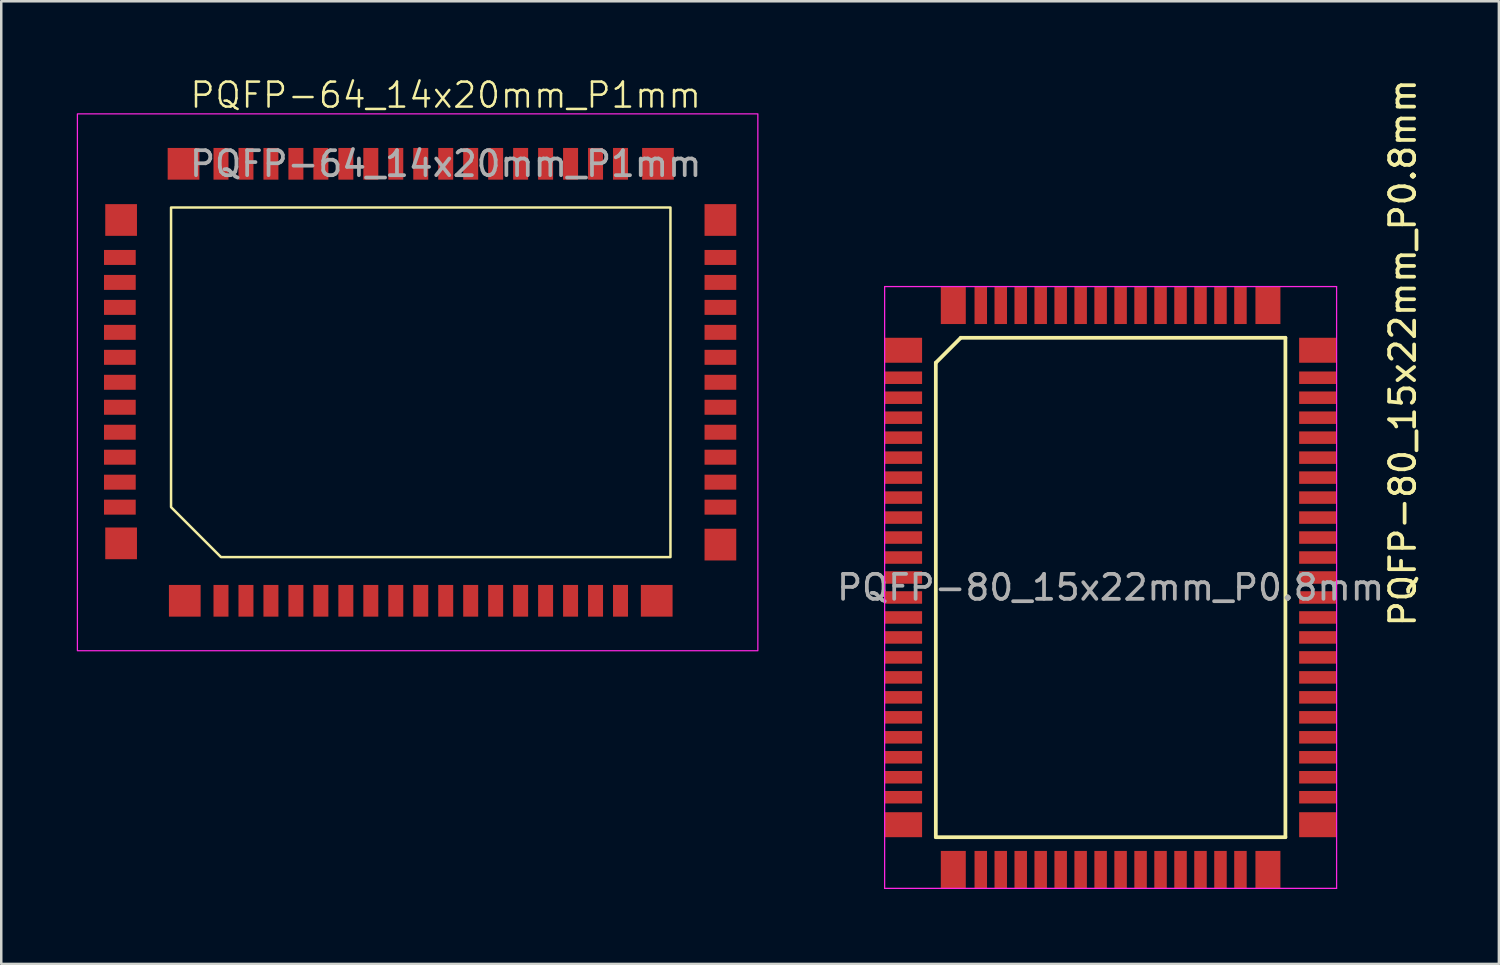
<source format=kicad_pcb>
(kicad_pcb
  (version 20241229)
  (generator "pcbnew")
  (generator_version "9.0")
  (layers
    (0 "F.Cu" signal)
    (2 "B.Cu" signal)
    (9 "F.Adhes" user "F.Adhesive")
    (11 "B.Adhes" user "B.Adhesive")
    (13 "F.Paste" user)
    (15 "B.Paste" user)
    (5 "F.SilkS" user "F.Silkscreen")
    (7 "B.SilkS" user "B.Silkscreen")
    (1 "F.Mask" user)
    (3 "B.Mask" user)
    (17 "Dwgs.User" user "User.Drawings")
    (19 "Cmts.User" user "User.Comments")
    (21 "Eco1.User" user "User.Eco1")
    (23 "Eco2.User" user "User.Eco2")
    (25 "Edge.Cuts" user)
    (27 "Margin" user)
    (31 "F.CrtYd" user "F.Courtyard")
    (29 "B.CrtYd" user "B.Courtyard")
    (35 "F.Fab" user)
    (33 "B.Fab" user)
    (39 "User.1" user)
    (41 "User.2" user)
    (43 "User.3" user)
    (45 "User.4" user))
  (footprint "PQFP-80_15x22mm_P0.8mm"
    (layer "F.Cu")
    (at 41.427 20.477)
    (property "Reference" "PQFP-80_15x22mm_P0.8mm" (at 11.7 -9.4 270) (layer "F.SilkS") (effects (font (size 1 1) (thickness 0.15))))
    (attr smd)
    (fp_line (start -7 -9) (end -6 -10) (stroke (width 0.15) (type solid)) (layer "F.SilkS"))
    (fp_line (start -7 10) (end -7 -9) (stroke (width 0.15) (type solid)) (layer "F.SilkS"))
    (fp_line (start -6 -10) (end 7 -10) (stroke (width 0.15) (type solid)) (layer "F.SilkS"))
    (fp_line (start 7 -10) (end 7 10) (stroke (width 0.15) (type solid)) (layer "F.SilkS"))
    (fp_line (start 7 10) (end -7 10) (stroke (width 0.15) (type solid)) (layer "F.SilkS"))
    (fp_line (start -9.05 -12.05) (end -9.05 12.05) (stroke (width 0.05) (type solid)) (layer "F.CrtYd"))
    (fp_line (start -9.05 -12.05) (end 9.05 -12.05) (stroke (width 0.05) (type solid)) (layer "F.CrtYd"))
    (fp_line (start -9.05 12.05) (end 9.05 12.05) (stroke (width 0.05) (type solid)) (layer "F.CrtYd"))
    (fp_line (start 9.05 -12.05) (end 9.05 12.05) (stroke (width 0.05) (type solid)) (layer "F.CrtYd"))
    (fp_text user "${REFERENCE}" (at 0 0 0) (layer "F.Fab") (effects (font (size 1 1) (thickness 0.15))))
    (pad "1" smd rect (at -8.3 -9.5) (size 1.5 1) (layers "F.Cu" "F.Mask" "F.Paste"))
    (pad "2" smd rect (at -8.3 -8.4) (size 1.5 0.5) (layers "F.Cu" "F.Mask" "F.Paste"))
    (pad "3" smd rect (at -8.3 -7.6) (size 1.5 0.5) (layers "F.Cu" "F.Mask" "F.Paste"))
    (pad "4" smd rect (at -8.3 -6.8) (size 1.5 0.5) (layers "F.Cu" "F.Mask" "F.Paste"))
    (pad "5" smd rect (at -8.3 -6) (size 1.5 0.5) (layers "F.Cu" "F.Mask" "F.Paste"))
    (pad "6" smd rect (at -8.3 -5.2) (size 1.5 0.5) (layers "F.Cu" "F.Mask" "F.Paste"))
    (pad "7" smd rect (at -8.3 -4.4) (size 1.5 0.5) (layers "F.Cu" "F.Mask" "F.Paste"))
    (pad "8" smd rect (at -8.3 -3.6) (size 1.5 0.5) (layers "F.Cu" "F.Mask" "F.Paste"))
    (pad "9" smd rect (at -8.3 -2.8) (size 1.5 0.5) (layers "F.Cu" "F.Mask" "F.Paste"))
    (pad "10" smd rect (at -8.3 -2) (size 1.5 0.5) (layers "F.Cu" "F.Mask" "F.Paste"))
    (pad "11" smd rect (at -8.3 -1.2) (size 1.5 0.5) (layers "F.Cu" "F.Mask" "F.Paste"))
    (pad "12" smd rect (at -8.3 -0.4) (size 1.5 0.5) (layers "F.Cu" "F.Mask" "F.Paste"))
    (pad "13" smd rect (at -8.3 0.4) (size 1.5 0.5) (layers "F.Cu" "F.Mask" "F.Paste"))
    (pad "14" smd rect (at -8.3 1.2) (size 1.5 0.5) (layers "F.Cu" "F.Mask" "F.Paste"))
    (pad "15" smd rect (at -8.3 2) (size 1.5 0.5) (layers "F.Cu" "F.Mask" "F.Paste"))
    (pad "16" smd rect (at -8.3 2.8) (size 1.5 0.5) (layers "F.Cu" "F.Mask" "F.Paste"))
    (pad "17" smd rect (at -8.3 3.6) (size 1.5 0.5) (layers "F.Cu" "F.Mask" "F.Paste"))
    (pad "18" smd rect (at -8.3 4.4) (size 1.5 0.5) (layers "F.Cu" "F.Mask" "F.Paste"))
    (pad "19" smd rect (at -8.3 5.2) (size 1.5 0.5) (layers "F.Cu" "F.Mask" "F.Paste"))
    (pad "20" smd rect (at -8.3 6) (size 1.5 0.5) (layers "F.Cu" "F.Mask" "F.Paste"))
    (pad "21" smd rect (at -8.3 6.8) (size 1.5 0.5) (layers "F.Cu" "F.Mask" "F.Paste"))
    (pad "22" smd rect (at -8.3 7.6) (size 1.5 0.5) (layers "F.Cu" "F.Mask" "F.Paste"))
    (pad "23" smd rect (at -8.3 8.4) (size 1.5 0.5) (layers "F.Cu" "F.Mask" "F.Paste"))
    (pad "24" smd rect (at -8.3 9.5) (size 1.5 1) (layers "F.Cu" "F.Mask" "F.Paste"))
    (pad "25" smd rect (at -6.3 11.3 90) (size 1.5 1) (layers "F.Cu" "F.Mask" "F.Paste"))
    (pad "26" smd rect (at -5.2 11.3 90) (size 1.5 0.5) (layers "F.Cu" "F.Mask" "F.Paste"))
    (pad "27" smd rect (at -4.4 11.3 90) (size 1.5 0.5) (layers "F.Cu" "F.Mask" "F.Paste"))
    (pad "28" smd rect (at -3.6 11.3 90) (size 1.5 0.5) (layers "F.Cu" "F.Mask" "F.Paste"))
    (pad "29" smd rect (at -2.8 11.3 90) (size 1.5 0.5) (layers "F.Cu" "F.Mask" "F.Paste"))
    (pad "30" smd rect (at -2 11.3 90) (size 1.5 0.5) (layers "F.Cu" "F.Mask" "F.Paste"))
    (pad "31" smd rect (at -1.2 11.3 90) (size 1.5 0.5) (layers "F.Cu" "F.Mask" "F.Paste"))
    (pad "32" smd rect (at -0.4 11.3 90) (size 1.5 0.5) (layers "F.Cu" "F.Mask" "F.Paste"))
    (pad "33" smd rect (at 0.4 11.3 90) (size 1.5 0.5) (layers "F.Cu" "F.Mask" "F.Paste"))
    (pad "34" smd rect (at 1.2 11.3 90) (size 1.5 0.5) (layers "F.Cu" "F.Mask" "F.Paste"))
    (pad "35" smd rect (at 2 11.3 90) (size 1.5 0.5) (layers "F.Cu" "F.Mask" "F.Paste"))
    (pad "36" smd rect (at 2.8 11.3 90) (size 1.5 0.5) (layers "F.Cu" "F.Mask" "F.Paste"))
    (pad "37" smd rect (at 3.6 11.3 90) (size 1.5 0.5) (layers "F.Cu" "F.Mask" "F.Paste"))
    (pad "38" smd rect (at 4.4 11.3 90) (size 1.5 0.5) (layers "F.Cu" "F.Mask" "F.Paste"))
    (pad "39" smd rect (at 5.2 11.3 90) (size 1.5 0.5) (layers "F.Cu" "F.Mask" "F.Paste"))
    (pad "40" smd rect (at 6.3 11.3 90) (size 1.5 1) (layers "F.Cu" "F.Mask" "F.Paste"))
    (pad "41" smd rect (at 8.3 9.5) (size 1.5 1) (layers "F.Cu" "F.Mask" "F.Paste"))
    (pad "42" smd rect (at 8.3 8.4) (size 1.5 0.5) (layers "F.Cu" "F.Mask" "F.Paste"))
    (pad "43" smd rect (at 8.3 7.6) (size 1.5 0.5) (layers "F.Cu" "F.Mask" "F.Paste"))
    (pad "44" smd rect (at 8.3 6.8) (size 1.5 0.5) (layers "F.Cu" "F.Mask" "F.Paste"))
    (pad "45" smd rect (at 8.3 6) (size 1.5 0.5) (layers "F.Cu" "F.Mask" "F.Paste"))
    (pad "46" smd rect (at 8.3 5.2) (size 1.5 0.5) (layers "F.Cu" "F.Mask" "F.Paste"))
    (pad "47" smd rect (at 8.3 4.4) (size 1.5 0.5) (layers "F.Cu" "F.Mask" "F.Paste"))
    (pad "48" smd rect (at 8.3 3.6) (size 1.5 0.5) (layers "F.Cu" "F.Mask" "F.Paste"))
    (pad "49" smd rect (at 8.3 2.8) (size 1.5 0.5) (layers "F.Cu" "F.Mask" "F.Paste"))
    (pad "50" smd rect (at 8.3 2) (size 1.5 0.5) (layers "F.Cu" "F.Mask" "F.Paste"))
    (pad "51" smd rect (at 8.3 1.2) (size 1.5 0.5) (layers "F.Cu" "F.Mask" "F.Paste"))
    (pad "52" smd rect (at 8.3 0.4) (size 1.5 0.5) (layers "F.Cu" "F.Mask" "F.Paste"))
    (pad "53" smd rect (at 8.3 -0.4) (size 1.5 0.5) (layers "F.Cu" "F.Mask" "F.Paste"))
    (pad "54" smd rect (at 8.3 -1.2) (size 1.5 0.5) (layers "F.Cu" "F.Mask" "F.Paste"))
    (pad "55" smd rect (at 8.3 -2) (size 1.5 0.5) (layers "F.Cu" "F.Mask" "F.Paste"))
    (pad "56" smd rect (at 8.3 -2.8) (size 1.5 0.5) (layers "F.Cu" "F.Mask" "F.Paste"))
    (pad "57" smd rect (at 8.3 -3.6) (size 1.5 0.5) (layers "F.Cu" "F.Mask" "F.Paste"))
    (pad "58" smd rect (at 8.3 -4.4) (size 1.5 0.5) (layers "F.Cu" "F.Mask" "F.Paste"))
    (pad "59" smd rect (at 8.3 -5.2) (size 1.5 0.5) (layers "F.Cu" "F.Mask" "F.Paste"))
    (pad "60" smd rect (at 8.3 -6) (size 1.5 0.5) (layers "F.Cu" "F.Mask" "F.Paste"))
    (pad "61" smd rect (at 8.3 -6.8) (size 1.5 0.5) (layers "F.Cu" "F.Mask" "F.Paste"))
    (pad "62" smd rect (at 8.3 -7.6) (size 1.5 0.5) (layers "F.Cu" "F.Mask" "F.Paste"))
    (pad "63" smd rect (at 8.3 -8.4) (size 1.5 0.5) (layers "F.Cu" "F.Mask" "F.Paste"))
    (pad "64" smd rect (at 8.3 -9.5) (size 1.5 1) (layers "F.Cu" "F.Mask" "F.Paste"))
    (pad "65" smd rect (at 6.3 -11.3 90) (size 1.5 1) (layers "F.Cu" "F.Mask" "F.Paste"))
    (pad "66" smd rect (at 5.2 -11.3 90) (size 1.5 0.5) (layers "F.Cu" "F.Mask" "F.Paste"))
    (pad "67" smd rect (at 4.4 -11.3 90) (size 1.5 0.5) (layers "F.Cu" "F.Mask" "F.Paste"))
    (pad "68" smd rect (at 3.6 -11.3 90) (size 1.5 0.5) (layers "F.Cu" "F.Mask" "F.Paste"))
    (pad "69" smd rect (at 2.8 -11.3 90) (size 1.5 0.5) (layers "F.Cu" "F.Mask" "F.Paste"))
    (pad "70" smd rect (at 2 -11.3 90) (size 1.5 0.5) (layers "F.Cu" "F.Mask" "F.Paste"))
    (pad "71" smd rect (at 1.2 -11.3 90) (size 1.5 0.5) (layers "F.Cu" "F.Mask" "F.Paste"))
    (pad "72" smd rect (at 0.4 -11.3 90) (size 1.5 0.5) (layers "F.Cu" "F.Mask" "F.Paste"))
    (pad "73" smd rect (at -0.4 -11.3 90) (size 1.5 0.5) (layers "F.Cu" "F.Mask" "F.Paste"))
    (pad "74" smd rect (at -1.2 -11.3 90) (size 1.5 0.5) (layers "F.Cu" "F.Mask" "F.Paste"))
    (pad "75" smd rect (at -2 -11.3 90) (size 1.5 0.5) (layers "F.Cu" "F.Mask" "F.Paste"))
    (pad "76" smd rect (at -2.8 -11.3 90) (size 1.5 0.5) (layers "F.Cu" "F.Mask" "F.Paste"))
    (pad "77" smd rect (at -3.6 -11.3 90) (size 1.5 0.5) (layers "F.Cu" "F.Mask" "F.Paste"))
    (pad "78" smd rect (at -4.4 -11.3 90) (size 1.5 0.5) (layers "F.Cu" "F.Mask" "F.Paste"))
    (pad "79" smd rect (at -5.2 -11.3 90) (size 1.5 0.5) (layers "F.Cu" "F.Mask" "F.Paste"))
    (pad "80" smd rect (at -6.3 -11.3 90) (size 1.5 1) (layers "F.Cu" "F.Mask" "F.Paste")))
  (footprint "PQFP-64_14x20mm_P1mm"
    (layer "F.Cu")
    (at 14.8 1.26)
    (property "Reference" "PQFP-64_14x20mm_P1mm" (at 0 -0.5 0) (unlocked yes) (layer "F.SilkS") (effects (font (size 1 1) (thickness 0.1))))
    (attr smd)
    (fp_rect (start -14.75 0.25) (end -12.75 2.25) (stroke (width 0.1) (type solid)) (fill yes) (layer "F.Mask"))
    (fp_rect (start 10.5 19.75) (end 12.5 21.75) (stroke (width 0.1) (type solid)) (fill yes) (layer "F.Mask"))
    (fp_poly (pts (xy -11 4) (xy 9 4) (xy 9 18) (xy -9 18) (xy -11 16)) (stroke (width 0.1) (type solid)) (fill no) (layer "F.SilkS"))
    (fp_rect (start -14.75 0.25) (end 12.5 21.75) (stroke (width 0.05) (type default)) (fill no) (layer "F.CrtYd"))
    (fp_text user "${REFERENCE}" (at 0 2.25 0) (unlocked yes) (layer "F.Fab") (effects (font (size 1 1) (thickness 0.15))))
    (pad "1" smd rect (at -10.45 19.75 270) (size 1.27 1.27) (layers "F.Cu" "F.Mask" "F.Paste"))
    (pad "2" smd rect (at -9 19.75) (size 0.6 1.27) (layers "F.Cu" "F.Mask" "F.Paste"))
    (pad "3" smd rect (at -8 19.75) (size 0.6 1.27) (layers "F.Cu" "F.Mask" "F.Paste"))
    (pad "4" smd rect (at -7 19.75) (size 0.6 1.27) (layers "F.Cu" "F.Mask" "F.Paste"))
    (pad "5" smd rect (at -6 19.75) (size 0.6 1.27) (layers "F.Cu" "F.Mask" "F.Paste"))
    (pad "6" smd rect (at -5 19.75) (size 0.6 1.27) (layers "F.Cu" "F.Mask" "F.Paste"))
    (pad "7" smd rect (at -4 19.75) (size 0.6 1.27) (layers "F.Cu" "F.Mask" "F.Paste"))
    (pad "8" smd rect (at -3 19.75) (size 0.6 1.27) (layers "F.Cu" "F.Mask" "F.Paste"))
    (pad "9" smd rect (at -2 19.75) (size 0.6 1.27) (layers "F.Cu" "F.Mask" "F.Paste"))
    (pad "10" smd rect (at -1 19.75) (size 0.6 1.27) (layers "F.Cu" "F.Mask" "F.Paste"))
    (pad "11" smd rect (at 0 19.75) (size 0.6 1.27) (layers "F.Cu" "F.Mask" "F.Paste"))
    (pad "12" smd rect (at 1 19.75) (size 0.6 1.27) (layers "F.Cu" "F.Mask" "F.Paste"))
    (pad "13" smd rect (at 2 19.75) (size 0.6 1.27) (layers "F.Cu" "F.Mask" "F.Paste"))
    (pad "14" smd rect (at 3 19.75) (size 0.6 1.27) (layers "F.Cu" "F.Mask" "F.Paste"))
    (pad "15" smd rect (at 4 19.75) (size 0.6 1.27) (layers "F.Cu" "F.Mask" "F.Paste"))
    (pad "16" smd rect (at 5 19.75) (size 0.6 1.27) (layers "F.Cu" "F.Mask" "F.Paste"))
    (pad "17" smd rect (at 6 19.75) (size 0.6 1.27) (layers "F.Cu" "F.Mask" "F.Paste"))
    (pad "18" smd rect (at 7 19.75) (size 0.6 1.27) (layers "F.Cu" "F.Mask" "F.Paste"))
    (pad "19" smd rect (at 8.45 19.75 270) (size 1.27 1.27) (layers "F.Cu" "F.Mask" "F.Paste"))
    (pad "20" smd rect (at 11 17.5 270) (size 1.27 1.27) (layers "F.Cu" "F.Mask" "F.Paste"))
    (pad "21" smd rect (at 11 16 270) (size 0.6 1.27) (layers "F.Cu" "F.Mask" "F.Paste"))
    (pad "22" smd rect (at 11 15 270) (size 0.6 1.27) (layers "F.Cu" "F.Mask" "F.Paste"))
    (pad "23" smd rect (at 11 14 270) (size 0.6 1.27) (layers "F.Cu" "F.Mask" "F.Paste"))
    (pad "24" smd rect (at 11 13 270) (size 0.6 1.27) (layers "F.Cu" "F.Mask" "F.Paste"))
    (pad "25" smd rect (at 11 12 270) (size 0.6 1.27) (layers "F.Cu" "F.Mask" "F.Paste"))
    (pad "26" smd rect (at 11 11 270) (size 0.6 1.27) (layers "F.Cu" "F.Mask" "F.Paste"))
    (pad "27" smd rect (at 11 10 270) (size 0.6 1.27) (layers "F.Cu" "F.Mask" "F.Paste"))
    (pad "28" smd rect (at 11 9 270) (size 0.6 1.27) (layers "F.Cu" "F.Mask" "F.Paste"))
    (pad "29" smd rect (at 11 8 270) (size 0.6 1.27) (layers "F.Cu" "F.Mask" "F.Paste"))
    (pad "30" smd rect (at 11 7 270) (size 0.6 1.27) (layers "F.Cu" "F.Mask" "F.Paste"))
    (pad "31" smd rect (at 11 6 270) (size 0.6 1.27) (layers "F.Cu" "F.Mask" "F.Paste"))
    (pad "32" smd rect (at 11 4.5 270) (size 1.27 1.27) (layers "F.Cu" "F.Mask" "F.Paste"))
    (pad "33" smd rect (at 8.5 2.25 270) (size 1.27 1.27) (layers "F.Cu" "F.Mask" "F.Paste"))
    (pad "34" smd rect (at 7 2.25) (size 0.6 1.27) (layers "F.Cu" "F.Mask" "F.Paste"))
    (pad "35" smd rect (at 6 2.25) (size 0.6 1.27) (layers "F.Cu" "F.Mask" "F.Paste"))
    (pad "36" smd rect (at 5 2.25) (size 0.6 1.27) (layers "F.Cu" "F.Mask" "F.Paste"))
    (pad "37" smd rect (at 4 2.25) (size 0.6 1.27) (layers "F.Cu" "F.Mask" "F.Paste"))
    (pad "38" smd rect (at 3 2.25) (size 0.6 1.27) (layers "F.Cu" "F.Mask" "F.Paste"))
    (pad "39" smd rect (at 2 2.25) (size 0.6 1.27) (layers "F.Cu" "F.Mask" "F.Paste"))
    (pad "40" smd rect (at 1 2.25) (size 0.6 1.27) (layers "F.Cu" "F.Mask" "F.Paste"))
    (pad "41" smd rect (at 0 2.25) (size 0.6 1.27) (layers "F.Cu" "F.Mask" "F.Paste"))
    (pad "42" smd rect (at -1 2.25) (size 0.6 1.27) (layers "F.Cu" "F.Mask" "F.Paste"))
    (pad "43" smd rect (at -2 2.25) (size 0.6 1.27) (layers "F.Cu" "F.Mask" "F.Paste"))
    (pad "44" smd rect (at -3 2.25) (size 0.6 1.27) (layers "F.Cu" "F.Mask" "F.Paste"))
    (pad "45" smd rect (at -4 2.25) (size 0.6 1.27) (layers "F.Cu" "F.Mask" "F.Paste"))
    (pad "46" smd rect (at -5 2.25) (size 0.6 1.27) (layers "F.Cu" "F.Mask" "F.Paste"))
    (pad "47" smd rect (at -6 2.25) (size 0.6 1.27) (layers "F.Cu" "F.Mask" "F.Paste"))
    (pad "48" smd rect (at -7 2.25) (size 0.6 1.27) (layers "F.Cu" "F.Mask" "F.Paste"))
    (pad "49" smd rect (at -8 2.25) (size 0.6 1.27) (layers "F.Cu" "F.Mask" "F.Paste"))
    (pad "50" smd rect (at -9 2.25) (size 0.6 1.27) (layers "F.Cu" "F.Mask" "F.Paste"))
    (pad "51" smd rect (at -10.5 2.25 270) (size 1.27 1.27) (layers "F.Cu" "F.Mask" "F.Paste"))
    (pad "52" smd rect (at -13 4.5 270) (size 1.27 1.27) (layers "F.Cu" "F.Mask" "F.Paste"))
    (pad "53" smd rect (at -13.05 6 270) (size 0.6 1.27) (layers "F.Cu" "F.Mask" "F.Paste"))
    (pad "54" smd rect (at -13.05 7 270) (size 0.6 1.27) (layers "F.Cu" "F.Mask" "F.Paste"))
    (pad "55" smd rect (at -13.05 8 270) (size 0.6 1.27) (layers "F.Cu" "F.Mask" "F.Paste"))
    (pad "56" smd rect (at -13.05 9 270) (size 0.6 1.27) (layers "F.Cu" "F.Mask" "F.Paste"))
    (pad "57" smd rect (at -13.05 10 270) (size 0.6 1.27) (layers "F.Cu" "F.Mask" "F.Paste"))
    (pad "58" smd rect (at -13.05 11 270) (size 0.6 1.27) (layers "F.Cu" "F.Mask" "F.Paste"))
    (pad "59" smd rect (at -13.05 12 270) (size 0.6 1.27) (layers "F.Cu" "F.Mask" "F.Paste"))
    (pad "60" smd rect (at -13.05 13 270) (size 0.6 1.27) (layers "F.Cu" "F.Mask" "F.Paste"))
    (pad "61" smd rect (at -13.05 14 270) (size 0.6 1.27) (layers "F.Cu" "F.Mask" "F.Paste"))
    (pad "62" smd rect (at -13.05 15 270) (size 0.6 1.27) (layers "F.Cu" "F.Mask" "F.Paste"))
    (pad "63" smd rect (at -13.05 16 270) (size 0.6 1.27) (layers "F.Cu" "F.Mask" "F.Paste"))
    (pad "64" smd rect (at -13 17.45 270) (size 1.27 1.27) (layers "F.Cu" "F.Mask" "F.Paste")))
  (gr_rect
    (start -3 -3)
    (end 56.976 35.552)
    (stroke (width 0.1) (type default))
    (fill no)
    (layer "Edge.Cuts")))
</source>
